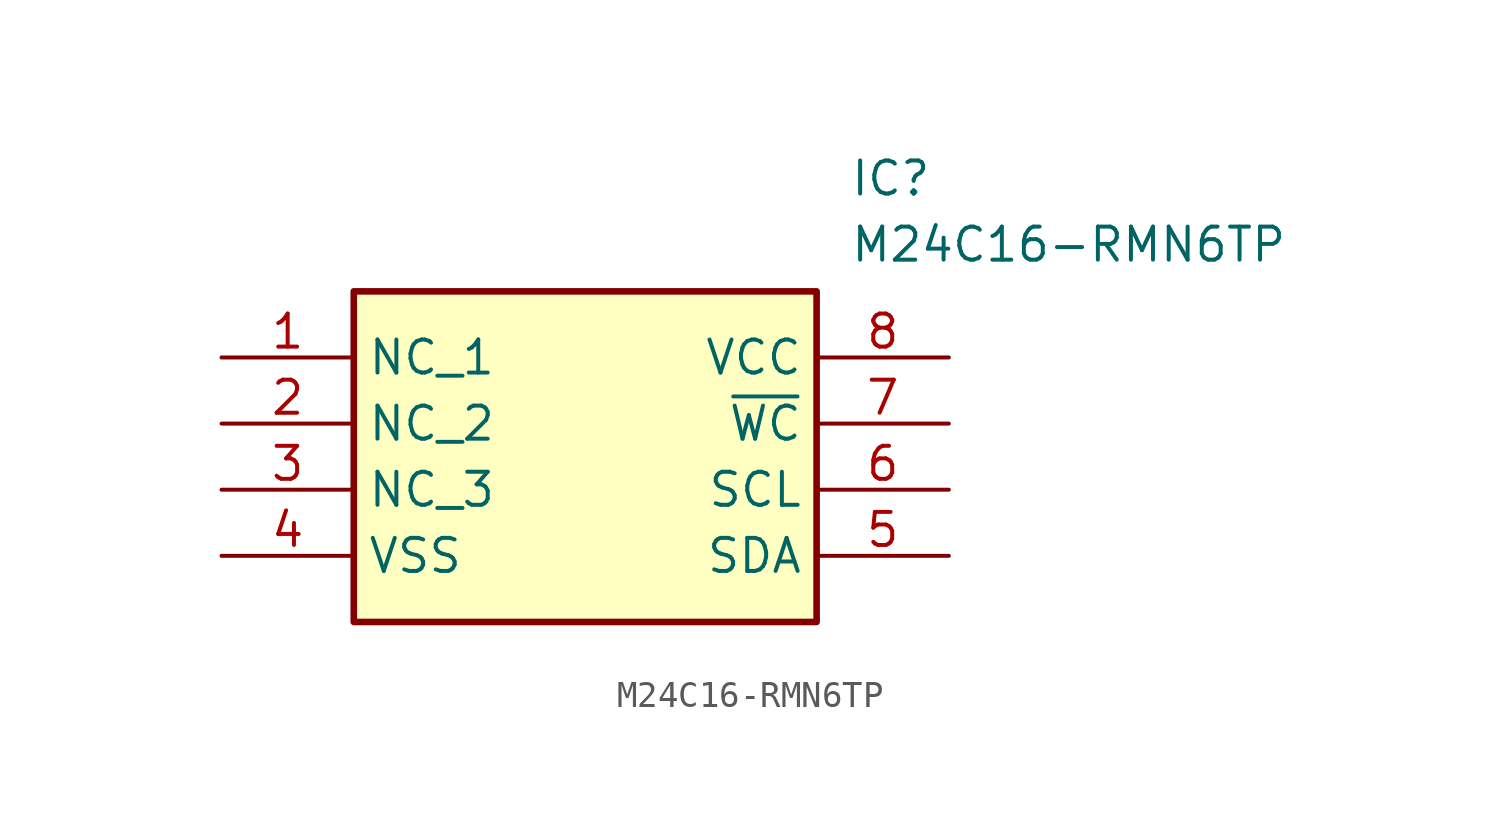
<source format=kicad_sym>
(kicad_symbol_lib
  (version 20220914)
  (generator SamacSys_ECAD_Model)
  (symbol "M24C16-RMN6TP"
    (property "Reference" "IC"
      (at 24.13 7.62 0)
      (effects (font (size 1.27 1.27)) (justify left top)))
    (property "Value" "M24C16-RMN6TP"
      (at 24.13 5.08 0)
      (effects (font (size 1.27 1.27)) (justify left top)))
    (rectangle
      (start 5.08 2.54)
      (end 22.86 -10.16)
      (stroke (width 0.254) (type default))
      (fill (type background)))
    (pin passive line
      (at 0 0 0)
      (length 5.08)
      (name "NC_1" (effects (font (size 1.27 1.27))))
      (number "1" (effects (font (size 1.27 1.27)))))
    (pin passive line
      (at 0 -2.54 0)
      (length 5.08)
      (name "NC_2" (effects (font (size 1.27 1.27))))
      (number "2" (effects (font (size 1.27 1.27)))))
    (pin passive line
      (at 0 -5.08 0)
      (length 5.08)
      (name "NC_3" (effects (font (size 1.27 1.27))))
      (number "3" (effects (font (size 1.27 1.27)))))
    (pin passive line
      (at 0 -7.62 0)
      (length 5.08)
      (name "VSS" (effects (font (size 1.27 1.27))))
      (number "4" (effects (font (size 1.27 1.27)))))
    (pin passive line
      (at 27.94 0 180)
      (length 5.08)
      (name "VCC" (effects (font (size 1.27 1.27))))
      (number "8" (effects (font (size 1.27 1.27)))))
    (pin passive line
      (at 27.94 -2.54 180)
      (length 5.08)
      (name "~{WC}" (effects (font (size 1.27 1.27))))
      (number "7" (effects (font (size 1.27 1.27)))))
    (pin passive line
      (at 27.94 -5.08 180)
      (length 5.08)
      (name "SCL" (effects (font (size 1.27 1.27))))
      (number "6" (effects (font (size 1.27 1.27)))))
    (pin passive line
      (at 27.94 -7.62 180)
      (length 5.08)
      (name "SDA" (effects (font (size 1.27 1.27))))
      (number "5" (effects (font (size 1.27 1.27)))))))
</source>
